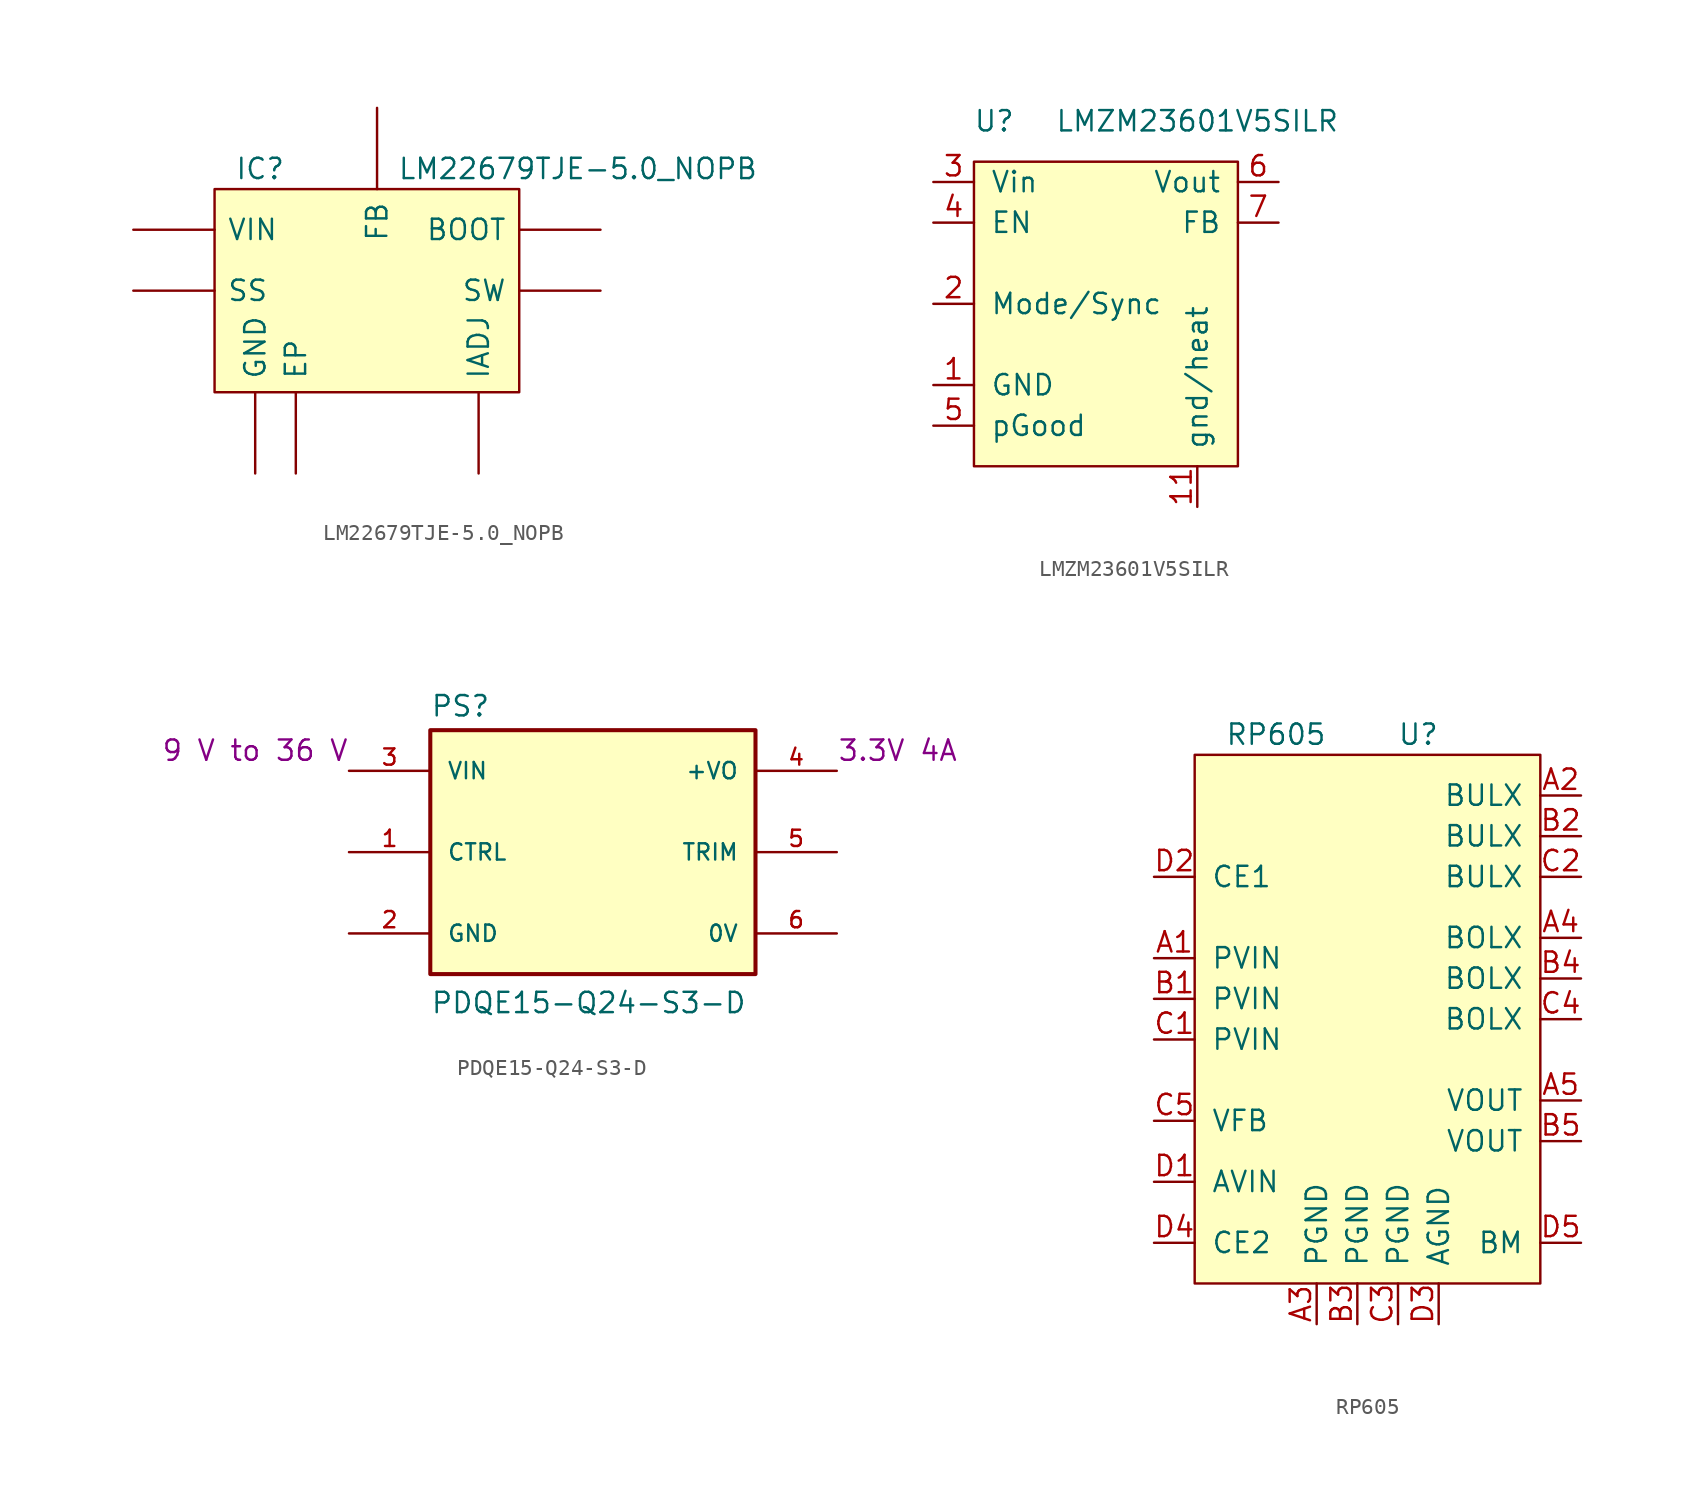
<source format=kicad_sym>
(kicad_symbol_lib
  (version 20211014)
  (generator kicad_symbol_editor)
  (symbol "LM22679TJE-5.0_NOPB"
    (pin_numbers hide)
    (pin_names
      (offset 0.762))
    (property "Reference" "IC"
      (at -8.89 7.62 0)
      (effects (font (size 1.27 1.27)) (justify left)))
    (property "Value" "LM22679TJE-5.0_NOPB"
      (at 1.27 7.62 0)
      (effects (font (size 1.27 1.27)) (justify left)))
    (symbol "LM22679TJE-5.0_NOPB_0_0"
      (pin output line (at 13.97 0 180) (length 5.08) (name "SW" (effects (font (size 1.27 1.27)))) (number "1" (effects (font (size 1.27 1.27)))))
      (pin power_in line (at -15.24 3.81 0) (length 5.08) (name "VIN" (effects (font (size 1.27 1.27)))) (number "2" (effects (font (size 1.27 1.27)))))
      (pin passive line (at 13.97 3.81 180) (length 5.08) (name "BOOT" (effects (font (size 1.27 1.27)))) (number "3" (effects (font (size 1.27 1.27)))))
      (pin passive line (at -7.62 -11.43 90) (length 5.08) (name "GND" (effects (font (size 1.27 1.27)))) (number "4" (effects (font (size 1.27 1.27)))))
      (pin unspecified line (at 6.35 -11.43 90) (length 5.08) (name "IADJ" (effects (font (size 1.27 1.27)))) (number "5" (effects (font (size 1.27 1.27)))))
      (pin input line (at 0 11.43 270) (length 5.08) (name "FB" (effects (font (size 1.27 1.27)))) (number "6" (effects (font (size 1.27 1.27)))))
      (pin passive line (at -15.24 0 0) (length 5.08) (name "SS" (effects (font (size 1.27 1.27)))) (number "7" (effects (font (size 1.27 1.27)))))
      (pin passive line (at -5.08 -11.43 90) (length 5.08) (name "EP" (effects (font (size 1.27 1.27)))) (number "8" (effects (font (size 1.27 1.27))))))
    (symbol "LM22679TJE-5.0_NOPB_0_1"
      (rectangle (start -10.16 6.35) (end 8.89 -6.35) (stroke (width 0) (type default) (color 0 0 0 0)) (fill (type background)))))
  (symbol "LMZM23601V5SILR"
    (pin_names
      (offset 1.016))
    (property "Reference" "U"
      (at -6.35 11.43 0)
      (effects (font (size 1.27 1.27))))
    (property "Value" "LMZM23601V5SILR"
      (at 6.35 11.43 0)
      (effects (font (size 1.27 1.27))))
    (symbol "LMZM23601V5SILR_0_0"
      (pin passive line (at -10.16 -5.08 0) (length 2.54) (name "GND" (effects (font (size 1.27 1.27)))) (number "1" (effects (font (size 1.27 1.27)))))
      (pin no_connect line (at 11.43 -6.35 180) (length 2.54) hide (name "DNC" (effects (font (size 1.27 1.27)))) (number "10" (effects (font (size 1.27 1.27)))))
      (pin passive line (at 6.35 -12.7 90) (length 2.54) (name "gnd/heat" (effects (font (size 1.27 1.27)))) (number "11" (effects (font (size 1.27 1.27)))))
      (pin passive line (at -10.16 0 0) (length 2.54) (name "Mode/Sync" (effects (font (size 1.27 1.27)))) (number "2" (effects (font (size 1.27 1.27)))))
      (pin power_in line (at -10.16 7.62 0) (length 2.54) (name "Vin" (effects (font (size 1.27 1.27)))) (number "3" (effects (font (size 1.27 1.27)))))
      (pin input line (at -10.16 5.08 0) (length 2.54) (name "EN" (effects (font (size 1.27 1.27)))) (number "4" (effects (font (size 1.27 1.27)))))
      (pin passive line (at -10.16 -7.62 0) (length 2.54) (name "pGood" (effects (font (size 1.27 1.27)))) (number "5" (effects (font (size 1.27 1.27)))))
      (pin power_out line (at 11.43 7.62 180) (length 2.54) (name "Vout" (effects (font (size 1.27 1.27)))) (number "6" (effects (font (size 1.27 1.27)))))
      (pin input line (at 11.43 5.08 180) (length 2.54) (name "FB" (effects (font (size 1.27 1.27)))) (number "7" (effects (font (size 1.27 1.27)))))
      (pin no_connect line (at 11.43 -8.89 180) (length 2.54) hide (name "DNC" (effects (font (size 1.27 1.27)))) (number "8" (effects (font (size 1.27 1.27)))))
      (pin no_connect line (at 11.43 -3.81 180) (length 2.54) hide (name "DNC" (effects (font (size 1.27 1.27)))) (number "9" (effects (font (size 1.27 1.27))))))
    (symbol "LMZM23601V5SILR_0_1"
      (rectangle (start -7.62 8.89) (end 8.89 -10.16) (stroke (width 0) (type default) (color 0 0 0 0)) (fill (type background)))))
  (symbol "PDQE15-Q24-S3-D"
    (pin_names
      (offset 1.016))
    (property "Reference" "PS"
      (at -10.16 8.382 0)
      (effects (font (size 1.27 1.27)) (justify left bottom)))
    (property "Value" "PDQE15-Q24-S3-D"
      (at -10.16 -10.16 0)
      (effects (font (size 1.27 1.27)) (justify left bottom)))
    (property "Vin" " 9 V to 36 V"
      (at -21.59 6.35 0)
      (effects (font (size 1.27 1.27))))
    (property "Vout" "3.3V 4A"
      (at 19.05 6.35 0)
      (effects (font (size 1.27 1.27))))
    (symbol "PDQE15-Q24-S3-D_0_0"
      (rectangle (start -10.16 7.62) (end 10.16 -7.62) (stroke (width 0.254) (type default) (color 0 0 0 0)) (fill (type background)))
      (pin input line (at -15.24 0 0) (length 5.08) (name "CTRL" (effects (font (size 1.016 1.016)))) (number "1" (effects (font (size 1.016 1.016)))))
      (pin passive line (at -15.24 -5.08 0) (length 5.08) (name "GND" (effects (font (size 1.016 1.016)))) (number "2" (effects (font (size 1.016 1.016)))))
      (pin power_in line (at -15.24 5.08 0) (length 5.08) (name "VIN" (effects (font (size 1.016 1.016)))) (number "3" (effects (font (size 1.016 1.016)))))
      (pin power_out line (at 15.24 5.08 180) (length 5.08) (name "+VO" (effects (font (size 1.016 1.016)))) (number "4" (effects (font (size 1.016 1.016)))))
      (pin passive line (at 15.24 0 180) (length 5.08) (name "TRIM" (effects (font (size 1.016 1.016)))) (number "5" (effects (font (size 1.016 1.016)))))
      (pin passive line (at 15.24 -5.08 180) (length 5.08) (name "0V" (effects (font (size 1.016 1.016)))) (number "6" (effects (font (size 1.016 1.016)))))))
  (symbol "RP605"
    (pin_names
      (offset 1.016))
    (property "Reference" "U"
      (at 7.62 22.86 0)
      (effects (font (size 1.27 1.27))))
    (property "Value" "RP605"
      (at -1.27 22.86 0)
      (effects (font (size 1.27 1.27))))
    (symbol "RP605_0_0"
      (pin power_in line (at -8.89 8.89 0) (length 2.54) (name "PVIN" (effects (font (size 1.27 1.27)))) (number "A1" (effects (font (size 1.27 1.27)))))
      (pin passive line (at 17.78 19.05 180) (length 2.54) (name "BULX" (effects (font (size 1.27 1.27)))) (number "A2" (effects (font (size 1.27 1.27)))))
      (pin passive line (at 1.27 -13.97 90) (length 2.54) (name "PGND" (effects (font (size 1.27 1.27)))) (number "A3" (effects (font (size 1.27 1.27)))))
      (pin passive line (at 17.78 10.16 180) (length 2.54) (name "BOLX" (effects (font (size 1.27 1.27)))) (number "A4" (effects (font (size 1.27 1.27)))))
      (pin passive line (at 17.78 0 180) (length 2.54) (name "VOUT" (effects (font (size 1.27 1.27)))) (number "A5" (effects (font (size 1.27 1.27)))))
      (pin power_in line (at -8.89 6.35 0) (length 2.54) (name "PVIN" (effects (font (size 1.27 1.27)))) (number "B1" (effects (font (size 1.27 1.27)))))
      (pin passive line (at 17.78 16.51 180) (length 2.54) (name "BULX" (effects (font (size 1.27 1.27)))) (number "B2" (effects (font (size 1.27 1.27)))))
      (pin passive line (at 3.81 -13.97 90) (length 2.54) (name "PGND" (effects (font (size 1.27 1.27)))) (number "B3" (effects (font (size 1.27 1.27)))))
      (pin passive line (at 17.78 7.62 180) (length 2.54) (name "BOLX" (effects (font (size 1.27 1.27)))) (number "B4" (effects (font (size 1.27 1.27)))))
      (pin power_out line (at 17.78 -2.54 180) (length 2.54) (name "VOUT" (effects (font (size 1.27 1.27)))) (number "B5" (effects (font (size 1.27 1.27)))))
      (pin power_in line (at -8.89 3.81 0) (length 2.54) (name "PVIN" (effects (font (size 1.27 1.27)))) (number "C1" (effects (font (size 1.27 1.27)))))
      (pin passive line (at 17.78 13.97 180) (length 2.54) (name "BULX" (effects (font (size 1.27 1.27)))) (number "C2" (effects (font (size 1.27 1.27)))))
      (pin passive line (at 6.35 -13.97 90) (length 2.54) (name "PGND" (effects (font (size 1.27 1.27)))) (number "C3" (effects (font (size 1.27 1.27)))))
      (pin passive line (at 17.78 5.08 180) (length 2.54) (name "BOLX" (effects (font (size 1.27 1.27)))) (number "C4" (effects (font (size 1.27 1.27)))))
      (pin input line (at -8.89 -1.27 0) (length 2.54) (name "VFB" (effects (font (size 1.27 1.27)))) (number "C5" (effects (font (size 1.27 1.27)))))
      (pin passive line (at -8.89 -5.08 0) (length 2.54) (name "AVIN" (effects (font (size 1.27 1.27)))) (number "D1" (effects (font (size 1.27 1.27)))))
      (pin input line (at -8.89 13.97 0) (length 2.54) (name "CE1" (effects (font (size 1.27 1.27)))) (number "D2" (effects (font (size 1.27 1.27)))))
      (pin passive line (at 8.89 -13.97 90) (length 2.54) (name "AGND" (effects (font (size 1.27 1.27)))) (number "D3" (effects (font (size 1.27 1.27)))))
      (pin input line (at -8.89 -8.89 0) (length 2.54) (name "CE2" (effects (font (size 1.27 1.27)))) (number "D4" (effects (font (size 1.27 1.27)))))
      (pin output line (at 17.78 -8.89 180) (length 2.54) (name "BM" (effects (font (size 1.27 1.27)))) (number "D5" (effects (font (size 1.27 1.27))))))
    (symbol "RP605_0_1"
      (rectangle (start -6.35 -11.43) (end 15.24 21.59) (stroke (width 0) (type default) (color 0 0 0 0)) (fill (type background))))))
</source>
